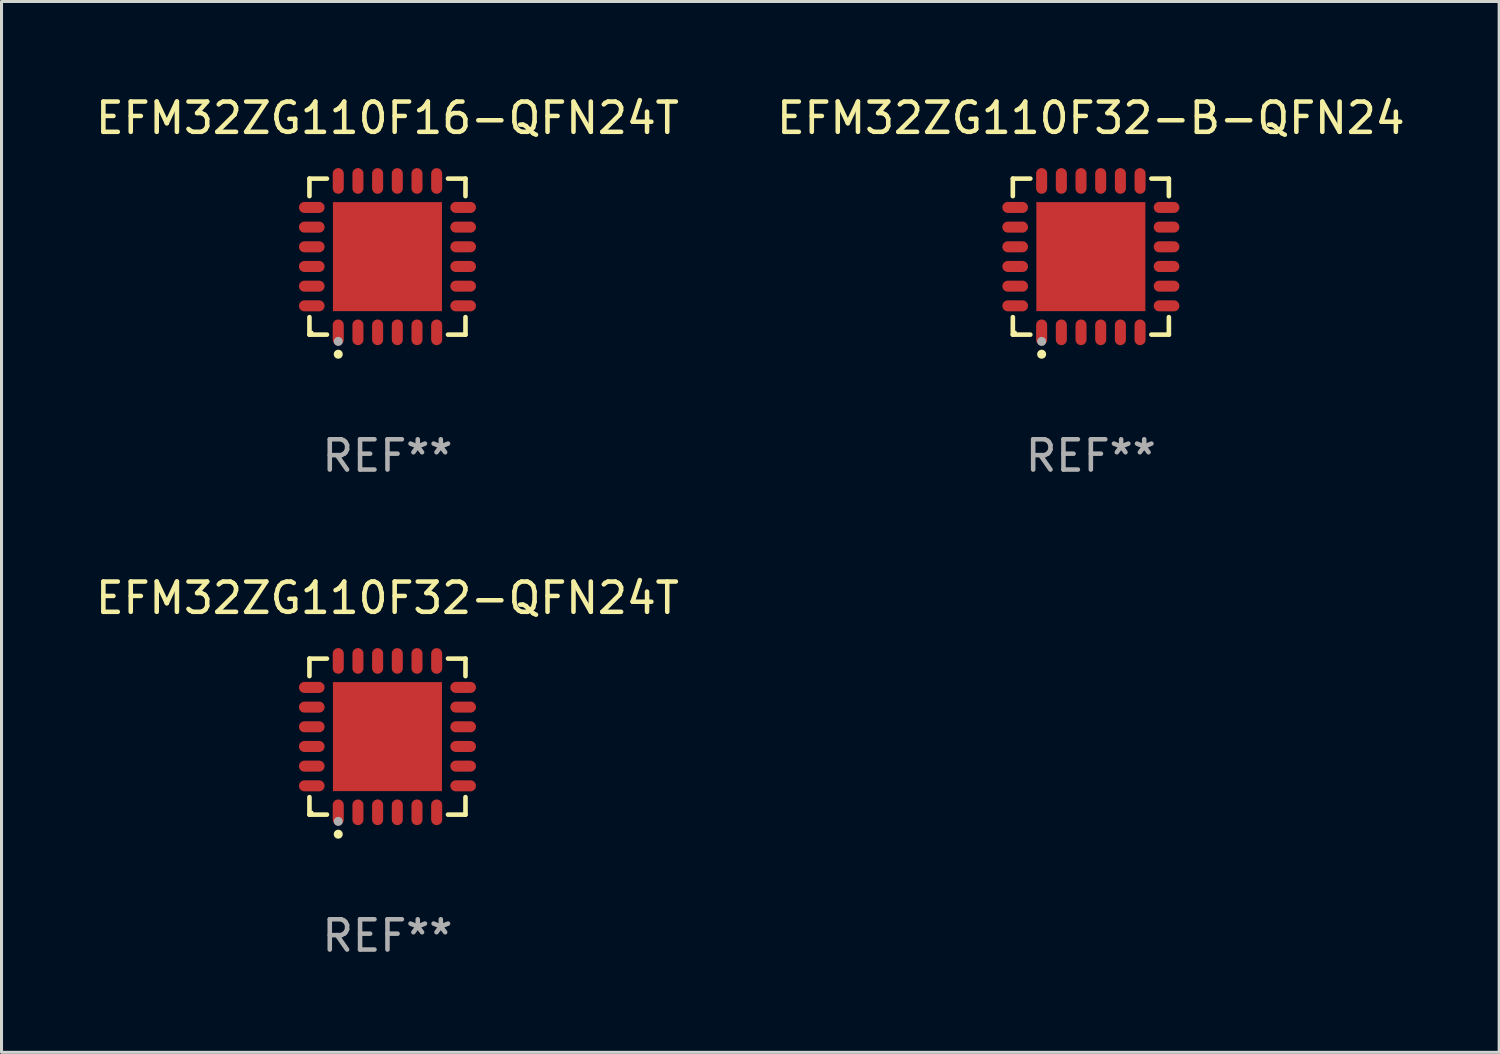
<source format=kicad_pcb>
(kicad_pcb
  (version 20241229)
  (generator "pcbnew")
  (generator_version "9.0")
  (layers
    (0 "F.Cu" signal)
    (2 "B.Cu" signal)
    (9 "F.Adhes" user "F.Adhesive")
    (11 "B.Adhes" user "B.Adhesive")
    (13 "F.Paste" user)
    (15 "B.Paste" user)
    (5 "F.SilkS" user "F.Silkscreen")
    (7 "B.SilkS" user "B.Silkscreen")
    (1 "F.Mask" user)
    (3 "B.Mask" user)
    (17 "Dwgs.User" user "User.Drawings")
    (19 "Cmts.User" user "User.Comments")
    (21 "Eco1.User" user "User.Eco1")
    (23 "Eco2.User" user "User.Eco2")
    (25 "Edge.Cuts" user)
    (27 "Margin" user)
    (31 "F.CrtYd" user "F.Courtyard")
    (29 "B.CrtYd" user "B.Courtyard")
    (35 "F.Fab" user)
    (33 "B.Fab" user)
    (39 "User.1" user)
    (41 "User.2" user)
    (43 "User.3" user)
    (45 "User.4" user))
  (footprint "EFM32ZG110F32-B-QFN24"
    (layer "F.Cu")
    (at 32.97 5.424)
    (property "Reference" "EFM32ZG110F32-B-QFN24" (at 0 -4.576 0) (layer "F.SilkS") (effects (font (size 1 1) (thickness 0.15))))
    (attr through_hole)
    (fp_line (start -2.576 -2.576) (end -1.998 -2.576) (stroke (width 0.152) (type solid)) (layer "F.SilkS"))
    (fp_line (start -2.576 -1.998) (end -2.576 -2.576) (stroke (width 0.152) (type solid)) (layer "F.SilkS"))
    (fp_line (start -2.576 1.998) (end -2.576 2.576) (stroke (width 0.152) (type solid)) (layer "F.SilkS"))
    (fp_line (start -2.576 2.576) (end -1.998 2.576) (stroke (width 0.152) (type solid)) (layer "F.SilkS"))
    (fp_line (start 2.576 -2.576) (end 1.998 -2.576) (stroke (width 0.152) (type solid)) (layer "F.SilkS"))
    (fp_line (start 2.576 -1.998) (end 2.576 -2.576) (stroke (width 0.152) (type solid)) (layer "F.SilkS"))
    (fp_line (start 2.576 1.998) (end 2.576 2.576) (stroke (width 0.152) (type solid)) (layer "F.SilkS"))
    (fp_line (start 2.576 2.576) (end 1.998 2.576) (stroke (width 0.152) (type solid)) (layer "F.SilkS"))
    (fp_circle (center -2.5 2.5) (end -2.47 2.5) (stroke (width 0.06) (type solid)) (fill no) (layer "F.SilkS"))
    (fp_circle (center -1.625 3.222) (end -1.55 3.222) (stroke (width 0.15) (type solid)) (fill no) (layer "F.SilkS"))
    (fp_circle (center -1.625 2.8) (end -1.55 2.8) (stroke (width 0.15) (type solid)) (fill no) (layer "F.Fab"))
    (fp_text user "REF**" (at 0 6.576 0) (layer "F.Fab") (effects (font (size 1 1) (thickness 0.15))))
    (pad "1" smd oval (at -1.625 2.499) (size 0.364 0.847) (layers "F.Cu" "F.Mask" "F.Paste"))
    (pad "2" smd oval (at -0.975 2.499) (size 0.364 0.847) (layers "F.Cu" "F.Mask" "F.Paste"))
    (pad "3" smd oval (at -0.325 2.499) (size 0.364 0.847) (layers "F.Cu" "F.Mask" "F.Paste"))
    (pad "4" smd oval (at 0.325 2.499) (size 0.364 0.847) (layers "F.Cu" "F.Mask" "F.Paste"))
    (pad "5" smd oval (at 0.975 2.499) (size 0.364 0.847) (layers "F.Cu" "F.Mask" "F.Paste"))
    (pad "6" smd oval (at 1.625 2.499) (size 0.364 0.847) (layers "F.Cu" "F.Mask" "F.Paste"))
    (pad "7" smd oval (at 2.499 1.625) (size 0.847 0.364) (layers "F.Cu" "F.Mask" "F.Paste"))
    (pad "8" smd oval (at 2.499 0.975) (size 0.847 0.364) (layers "F.Cu" "F.Mask" "F.Paste"))
    (pad "9" smd oval (at 2.499 0.325) (size 0.847 0.364) (layers "F.Cu" "F.Mask" "F.Paste"))
    (pad "10" smd oval (at 2.499 -0.325) (size 0.847 0.364) (layers "F.Cu" "F.Mask" "F.Paste"))
    (pad "11" smd oval (at 2.499 -0.975) (size 0.847 0.364) (layers "F.Cu" "F.Mask" "F.Paste"))
    (pad "12" smd oval (at 2.499 -1.625) (size 0.847 0.364) (layers "F.Cu" "F.Mask" "F.Paste"))
    (pad "13" smd oval (at 1.625 -2.499) (size 0.364 0.847) (layers "F.Cu" "F.Mask" "F.Paste"))
    (pad "14" smd oval (at 0.975 -2.499) (size 0.364 0.847) (layers "F.Cu" "F.Mask" "F.Paste"))
    (pad "15" smd oval (at 0.325 -2.499) (size 0.364 0.847) (layers "F.Cu" "F.Mask" "F.Paste"))
    (pad "16" smd oval (at -0.325 -2.499) (size 0.364 0.847) (layers "F.Cu" "F.Mask" "F.Paste"))
    (pad "17" smd oval (at -0.975 -2.499) (size 0.364 0.847) (layers "F.Cu" "F.Mask" "F.Paste"))
    (pad "18" smd oval (at -1.625 -2.499) (size 0.364 0.847) (layers "F.Cu" "F.Mask" "F.Paste"))
    (pad "19" smd oval (at -2.499 -1.625) (size 0.847 0.364) (layers "F.Cu" "F.Mask" "F.Paste"))
    (pad "20" smd oval (at -2.499 -0.975) (size 0.847 0.364) (layers "F.Cu" "F.Mask" "F.Paste"))
    (pad "21" smd oval (at -2.499 -0.325) (size 0.847 0.364) (layers "F.Cu" "F.Mask" "F.Paste"))
    (pad "22" smd oval (at -2.499 0.325) (size 0.847 0.364) (layers "F.Cu" "F.Mask" "F.Paste"))
    (pad "23" smd oval (at -2.499 0.975) (size 0.847 0.364) (layers "F.Cu" "F.Mask" "F.Paste"))
    (pad "24" smd oval (at -2.499 1.625) (size 0.847 0.364) (layers "F.Cu" "F.Mask" "F.Paste"))
    (pad "25" smd rect (at 0 0) (size 3.6 3.6) (layers "F.Cu" "F.Mask" "F.Paste")))
  (footprint "EFM32ZG110F32-QFN24T"
    (layer "F.Cu")
    (at 9.744 21.273)
    (property "Reference" "EFM32ZG110F32-QFN24T" (at 0 -4.576 0) (layer "F.SilkS") (effects (font (size 1 1) (thickness 0.15))))
    (attr through_hole)
    (fp_line (start -2.576 -2.576) (end -1.998 -2.576) (stroke (width 0.152) (type solid)) (layer "F.SilkS"))
    (fp_line (start -2.576 -1.998) (end -2.576 -2.576) (stroke (width 0.152) (type solid)) (layer "F.SilkS"))
    (fp_line (start -2.576 1.998) (end -2.576 2.576) (stroke (width 0.152) (type solid)) (layer "F.SilkS"))
    (fp_line (start -2.576 2.576) (end -1.998 2.576) (stroke (width 0.152) (type solid)) (layer "F.SilkS"))
    (fp_line (start 2.576 -2.576) (end 1.998 -2.576) (stroke (width 0.152) (type solid)) (layer "F.SilkS"))
    (fp_line (start 2.576 -1.998) (end 2.576 -2.576) (stroke (width 0.152) (type solid)) (layer "F.SilkS"))
    (fp_line (start 2.576 1.998) (end 2.576 2.576) (stroke (width 0.152) (type solid)) (layer "F.SilkS"))
    (fp_line (start 2.576 2.576) (end 1.998 2.576) (stroke (width 0.152) (type solid)) (layer "F.SilkS"))
    (fp_circle (center -2.5 2.5) (end -2.47 2.5) (stroke (width 0.06) (type solid)) (fill no) (layer "F.SilkS"))
    (fp_circle (center -1.625 3.222) (end -1.55 3.222) (stroke (width 0.15) (type solid)) (fill no) (layer "F.SilkS"))
    (fp_circle (center -1.625 2.8) (end -1.55 2.8) (stroke (width 0.15) (type solid)) (fill no) (layer "F.Fab"))
    (fp_text user "REF**" (at 0 6.576 0) (layer "F.Fab") (effects (font (size 1 1) (thickness 0.15))))
    (pad "1" smd oval (at -1.625 2.499) (size 0.364 0.847) (layers "F.Cu" "F.Mask" "F.Paste"))
    (pad "2" smd oval (at -0.975 2.499) (size 0.364 0.847) (layers "F.Cu" "F.Mask" "F.Paste"))
    (pad "3" smd oval (at -0.325 2.499) (size 0.364 0.847) (layers "F.Cu" "F.Mask" "F.Paste"))
    (pad "4" smd oval (at 0.325 2.499) (size 0.364 0.847) (layers "F.Cu" "F.Mask" "F.Paste"))
    (pad "5" smd oval (at 0.975 2.499) (size 0.364 0.847) (layers "F.Cu" "F.Mask" "F.Paste"))
    (pad "6" smd oval (at 1.625 2.499) (size 0.364 0.847) (layers "F.Cu" "F.Mask" "F.Paste"))
    (pad "7" smd oval (at 2.499 1.625) (size 0.847 0.364) (layers "F.Cu" "F.Mask" "F.Paste"))
    (pad "8" smd oval (at 2.499 0.975) (size 0.847 0.364) (layers "F.Cu" "F.Mask" "F.Paste"))
    (pad "9" smd oval (at 2.499 0.325) (size 0.847 0.364) (layers "F.Cu" "F.Mask" "F.Paste"))
    (pad "10" smd oval (at 2.499 -0.325) (size 0.847 0.364) (layers "F.Cu" "F.Mask" "F.Paste"))
    (pad "11" smd oval (at 2.499 -0.975) (size 0.847 0.364) (layers "F.Cu" "F.Mask" "F.Paste"))
    (pad "12" smd oval (at 2.499 -1.625) (size 0.847 0.364) (layers "F.Cu" "F.Mask" "F.Paste"))
    (pad "13" smd oval (at 1.625 -2.499) (size 0.364 0.847) (layers "F.Cu" "F.Mask" "F.Paste"))
    (pad "14" smd oval (at 0.975 -2.499) (size 0.364 0.847) (layers "F.Cu" "F.Mask" "F.Paste"))
    (pad "15" smd oval (at 0.325 -2.499) (size 0.364 0.847) (layers "F.Cu" "F.Mask" "F.Paste"))
    (pad "16" smd oval (at -0.325 -2.499) (size 0.364 0.847) (layers "F.Cu" "F.Mask" "F.Paste"))
    (pad "17" smd oval (at -0.975 -2.499) (size 0.364 0.847) (layers "F.Cu" "F.Mask" "F.Paste"))
    (pad "18" smd oval (at -1.625 -2.499) (size 0.364 0.847) (layers "F.Cu" "F.Mask" "F.Paste"))
    (pad "19" smd oval (at -2.499 -1.625) (size 0.847 0.364) (layers "F.Cu" "F.Mask" "F.Paste"))
    (pad "20" smd oval (at -2.499 -0.975) (size 0.847 0.364) (layers "F.Cu" "F.Mask" "F.Paste"))
    (pad "21" smd oval (at -2.499 -0.325) (size 0.847 0.364) (layers "F.Cu" "F.Mask" "F.Paste"))
    (pad "22" smd oval (at -2.499 0.325) (size 0.847 0.364) (layers "F.Cu" "F.Mask" "F.Paste"))
    (pad "23" smd oval (at -2.499 0.975) (size 0.847 0.364) (layers "F.Cu" "F.Mask" "F.Paste"))
    (pad "24" smd oval (at -2.499 1.625) (size 0.847 0.364) (layers "F.Cu" "F.Mask" "F.Paste"))
    (pad "25" smd rect (at 0 0) (size 3.6 3.6) (layers "F.Cu" "F.Mask" "F.Paste")))
  (footprint "EFM32ZG110F16-QFN24T"
    (layer "F.Cu")
    (at 9.744 5.424)
    (property "Reference" "EFM32ZG110F16-QFN24T" (at 0 -4.576 0) (layer "F.SilkS") (effects (font (size 1 1) (thickness 0.15))))
    (attr through_hole)
    (fp_line (start -2.576 -2.576) (end -1.998 -2.576) (stroke (width 0.152) (type solid)) (layer "F.SilkS"))
    (fp_line (start -2.576 -1.998) (end -2.576 -2.576) (stroke (width 0.152) (type solid)) (layer "F.SilkS"))
    (fp_line (start -2.576 1.998) (end -2.576 2.576) (stroke (width 0.152) (type solid)) (layer "F.SilkS"))
    (fp_line (start -2.576 2.576) (end -1.998 2.576) (stroke (width 0.152) (type solid)) (layer "F.SilkS"))
    (fp_line (start 2.576 -2.576) (end 1.998 -2.576) (stroke (width 0.152) (type solid)) (layer "F.SilkS"))
    (fp_line (start 2.576 -1.998) (end 2.576 -2.576) (stroke (width 0.152) (type solid)) (layer "F.SilkS"))
    (fp_line (start 2.576 1.998) (end 2.576 2.576) (stroke (width 0.152) (type solid)) (layer "F.SilkS"))
    (fp_line (start 2.576 2.576) (end 1.998 2.576) (stroke (width 0.152) (type solid)) (layer "F.SilkS"))
    (fp_circle (center -2.5 2.5) (end -2.47 2.5) (stroke (width 0.06) (type solid)) (fill no) (layer "F.SilkS"))
    (fp_circle (center -1.625 3.222) (end -1.55 3.222) (stroke (width 0.15) (type solid)) (fill no) (layer "F.SilkS"))
    (fp_circle (center -1.625 2.8) (end -1.55 2.8) (stroke (width 0.15) (type solid)) (fill no) (layer "F.Fab"))
    (fp_text user "REF**" (at 0 6.576 0) (layer "F.Fab") (effects (font (size 1 1) (thickness 0.15))))
    (pad "1" smd oval (at -1.625 2.499) (size 0.364 0.847) (layers "F.Cu" "F.Mask" "F.Paste"))
    (pad "2" smd oval (at -0.975 2.499) (size 0.364 0.847) (layers "F.Cu" "F.Mask" "F.Paste"))
    (pad "3" smd oval (at -0.325 2.499) (size 0.364 0.847) (layers "F.Cu" "F.Mask" "F.Paste"))
    (pad "4" smd oval (at 0.325 2.499) (size 0.364 0.847) (layers "F.Cu" "F.Mask" "F.Paste"))
    (pad "5" smd oval (at 0.975 2.499) (size 0.364 0.847) (layers "F.Cu" "F.Mask" "F.Paste"))
    (pad "6" smd oval (at 1.625 2.499) (size 0.364 0.847) (layers "F.Cu" "F.Mask" "F.Paste"))
    (pad "7" smd oval (at 2.499 1.625) (size 0.847 0.364) (layers "F.Cu" "F.Mask" "F.Paste"))
    (pad "8" smd oval (at 2.499 0.975) (size 0.847 0.364) (layers "F.Cu" "F.Mask" "F.Paste"))
    (pad "9" smd oval (at 2.499 0.325) (size 0.847 0.364) (layers "F.Cu" "F.Mask" "F.Paste"))
    (pad "10" smd oval (at 2.499 -0.325) (size 0.847 0.364) (layers "F.Cu" "F.Mask" "F.Paste"))
    (pad "11" smd oval (at 2.499 -0.975) (size 0.847 0.364) (layers "F.Cu" "F.Mask" "F.Paste"))
    (pad "12" smd oval (at 2.499 -1.625) (size 0.847 0.364) (layers "F.Cu" "F.Mask" "F.Paste"))
    (pad "13" smd oval (at 1.625 -2.499) (size 0.364 0.847) (layers "F.Cu" "F.Mask" "F.Paste"))
    (pad "14" smd oval (at 0.975 -2.499) (size 0.364 0.847) (layers "F.Cu" "F.Mask" "F.Paste"))
    (pad "15" smd oval (at 0.325 -2.499) (size 0.364 0.847) (layers "F.Cu" "F.Mask" "F.Paste"))
    (pad "16" smd oval (at -0.325 -2.499) (size 0.364 0.847) (layers "F.Cu" "F.Mask" "F.Paste"))
    (pad "17" smd oval (at -0.975 -2.499) (size 0.364 0.847) (layers "F.Cu" "F.Mask" "F.Paste"))
    (pad "18" smd oval (at -1.625 -2.499) (size 0.364 0.847) (layers "F.Cu" "F.Mask" "F.Paste"))
    (pad "19" smd oval (at -2.499 -1.625) (size 0.847 0.364) (layers "F.Cu" "F.Mask" "F.Paste"))
    (pad "20" smd oval (at -2.499 -0.975) (size 0.847 0.364) (layers "F.Cu" "F.Mask" "F.Paste"))
    (pad "21" smd oval (at -2.499 -0.325) (size 0.847 0.364) (layers "F.Cu" "F.Mask" "F.Paste"))
    (pad "22" smd oval (at -2.499 0.325) (size 0.847 0.364) (layers "F.Cu" "F.Mask" "F.Paste"))
    (pad "23" smd oval (at -2.499 0.975) (size 0.847 0.364) (layers "F.Cu" "F.Mask" "F.Paste"))
    (pad "24" smd oval (at -2.499 1.625) (size 0.847 0.364) (layers "F.Cu" "F.Mask" "F.Paste"))
    (pad "25" smd rect (at 0 0) (size 3.6 3.6) (layers "F.Cu" "F.Mask" "F.Paste")))
  (gr_rect
    (start -3 -3)
    (end 46.452 31.698)
    (stroke (width 0.1) (type default))
    (fill no)
    (layer "Edge.Cuts")))
</source>
